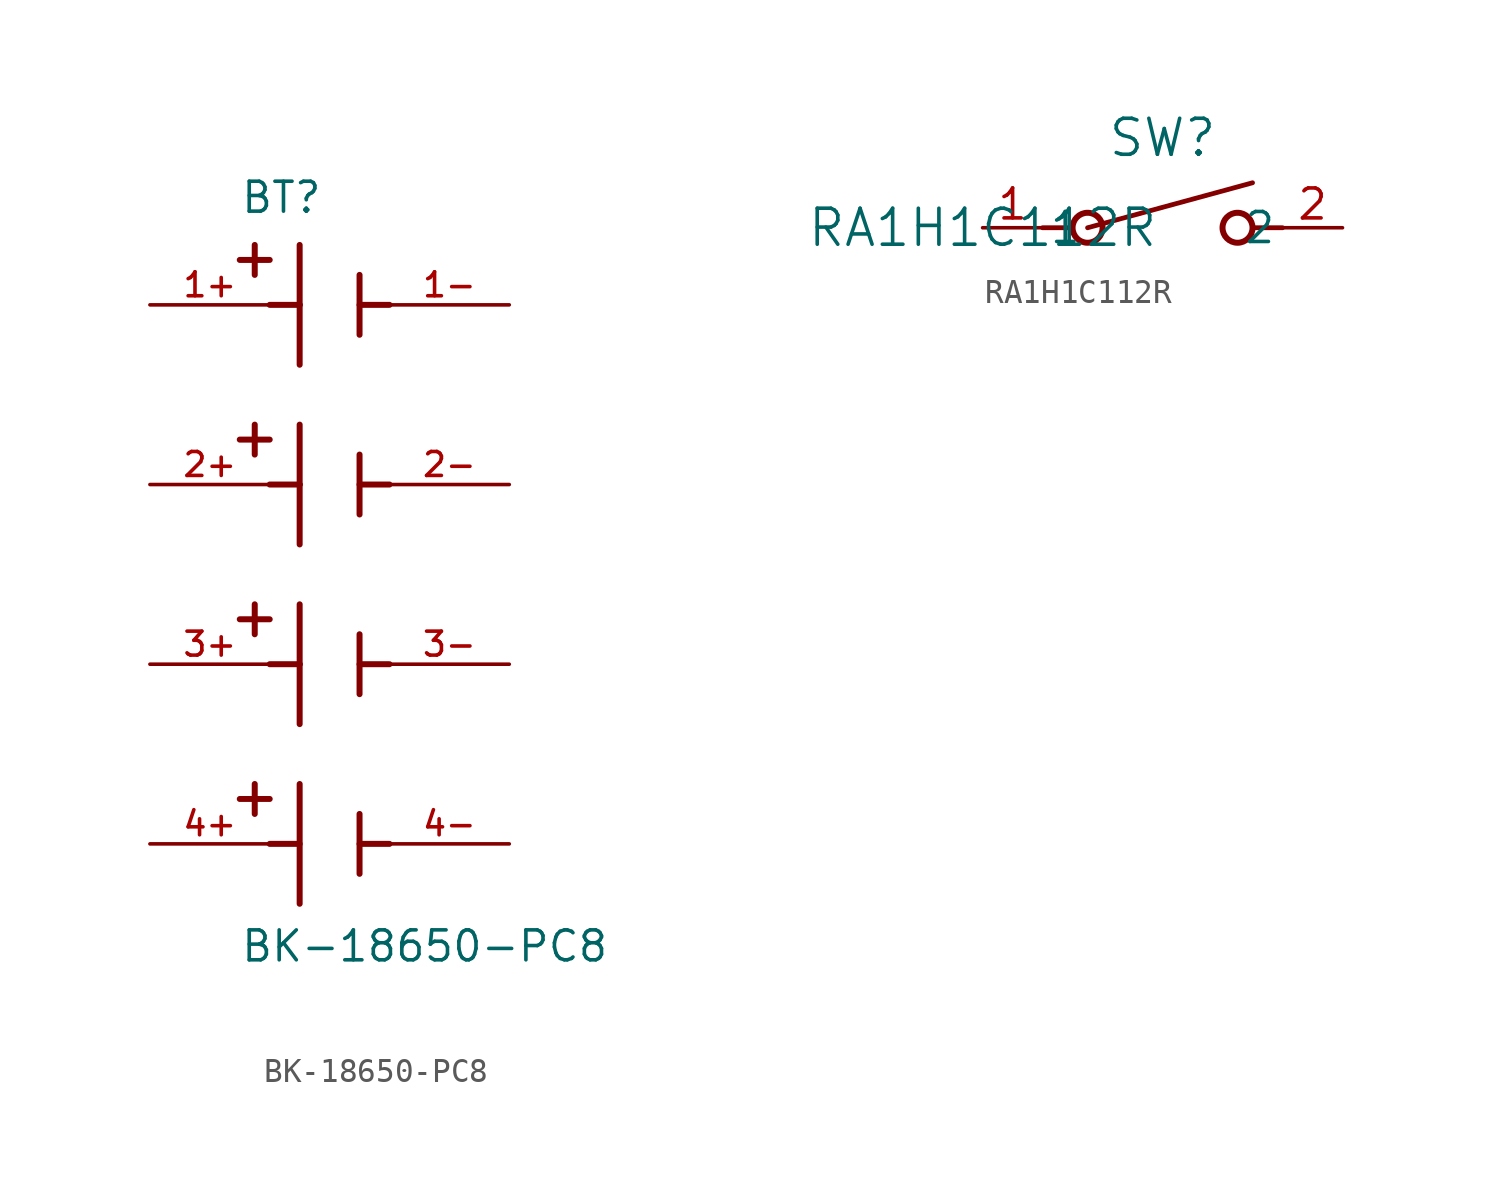
<source format=kicad_sym>
(kicad_symbol_lib
  (version 20241209)
  (generator "kicad_symbol_editor")
  (generator_version "9.0")
  (symbol "BK-18650-PC8"
    (pin_names
      (offset 1.016))
    (property "Reference" "BT"
      (at -3.81 13.97 0)
      (effects (font (size 1.27 1.27)) (justify left bottom)))
    (property "Value" "BK-18650-PC8"
      (at -3.81 -17.78 0)
      (effects (font (size 1.27 1.27)) (justify left bottom)))
    (symbol "BK-18650-PC8_0_0"
      (polyline (pts (xy -3.81 12.065) (xy -2.54 12.065)) (stroke (width 0.254) (type default)) (fill (type none)))
      (polyline (pts (xy -3.81 4.445) (xy -2.54 4.445)) (stroke (width 0.254) (type default)) (fill (type none)))
      (polyline (pts (xy -3.81 -3.175) (xy -2.54 -3.175)) (stroke (width 0.254) (type default)) (fill (type none)))
      (polyline (pts (xy -3.81 -10.795) (xy -2.54 -10.795)) (stroke (width 0.254) (type default)) (fill (type none)))
      (polyline (pts (xy -3.175 12.7) (xy -3.175 11.43)) (stroke (width 0.254) (type default)) (fill (type none)))
      (polyline (pts (xy -3.175 5.08) (xy -3.175 3.81)) (stroke (width 0.254) (type default)) (fill (type none)))
      (polyline (pts (xy -3.175 -2.54) (xy -3.175 -3.81)) (stroke (width 0.254) (type default)) (fill (type none)))
      (polyline (pts (xy -3.175 -10.16) (xy -3.175 -11.43)) (stroke (width 0.254) (type default)) (fill (type none)))
      (polyline (pts (xy -1.27 12.7) (xy -1.27 10.16)) (stroke (width 0.254) (type default)) (fill (type none)))
      (polyline (pts (xy -1.27 10.16) (xy -2.54 10.16)) (stroke (width 0.254) (type default)) (fill (type none)))
      (polyline (pts (xy -1.27 10.16) (xy -1.27 7.62)) (stroke (width 0.254) (type default)) (fill (type none)))
      (polyline (pts (xy -1.27 5.08) (xy -1.27 2.54)) (stroke (width 0.254) (type default)) (fill (type none)))
      (polyline (pts (xy -1.27 2.54) (xy -2.54 2.54)) (stroke (width 0.254) (type default)) (fill (type none)))
      (polyline (pts (xy -1.27 2.54) (xy -1.27 0)) (stroke (width 0.254) (type default)) (fill (type none)))
      (polyline (pts (xy -1.27 -2.54) (xy -1.27 -5.08)) (stroke (width 0.254) (type default)) (fill (type none)))
      (polyline (pts (xy -1.27 -5.08) (xy -2.54 -5.08)) (stroke (width 0.254) (type default)) (fill (type none)))
      (polyline (pts (xy -1.27 -5.08) (xy -1.27 -7.62)) (stroke (width 0.254) (type default)) (fill (type none)))
      (polyline (pts (xy -1.27 -10.16) (xy -1.27 -15.24)) (stroke (width 0.254) (type default)) (fill (type none)))
      (polyline (pts (xy -1.27 -12.7) (xy -2.54 -12.7)) (stroke (width 0.254) (type default)) (fill (type none)))
      (polyline (pts (xy 1.27 11.43) (xy 1.27 8.89)) (stroke (width 0.254) (type default)) (fill (type none)))
      (polyline (pts (xy 1.27 10.16) (xy 2.54 10.16)) (stroke (width 0.254) (type default)) (fill (type none)))
      (polyline (pts (xy 1.27 3.81) (xy 1.27 1.27)) (stroke (width 0.254) (type default)) (fill (type none)))
      (polyline (pts (xy 1.27 2.54) (xy 2.54 2.54)) (stroke (width 0.254) (type default)) (fill (type none)))
      (polyline (pts (xy 1.27 -3.81) (xy 1.27 -6.35)) (stroke (width 0.254) (type default)) (fill (type none)))
      (polyline (pts (xy 1.27 -5.08) (xy 2.54 -5.08)) (stroke (width 0.254) (type default)) (fill (type none)))
      (polyline (pts (xy 1.27 -11.43) (xy 1.27 -13.97)) (stroke (width 0.254) (type default)) (fill (type none)))
      (polyline (pts (xy 1.27 -12.7) (xy 2.54 -12.7)) (stroke (width 0.254) (type default)) (fill (type none)))
      (pin passive line (at -7.62 10.16 0) (length 5.08) (name "~" (effects (font (size 1.016 1.016)))) (number "1+" (effects (font (size 1.016 1.016)))))
      (pin passive line (at -7.62 2.54 0) (length 5.08) (name "~" (effects (font (size 1.016 1.016)))) (number "2+" (effects (font (size 1.016 1.016)))))
      (pin passive line (at -7.62 -5.08 0) (length 5.08) (name "~" (effects (font (size 1.016 1.016)))) (number "3+" (effects (font (size 1.016 1.016)))))
      (pin passive line (at -7.62 -12.7 0) (length 5.08) (name "~" (effects (font (size 1.016 1.016)))) (number "4+" (effects (font (size 1.016 1.016)))))
      (pin passive line (at 7.62 10.16 180) (length 5.08) (name "~" (effects (font (size 1.016 1.016)))) (number "1-" (effects (font (size 1.016 1.016)))))
      (pin passive line (at 7.62 2.54 180) (length 5.08) (name "~" (effects (font (size 1.016 1.016)))) (number "2-" (effects (font (size 1.016 1.016)))))
      (pin passive line (at 7.62 -5.08 180) (length 5.08) (name "~" (effects (font (size 1.016 1.016)))) (number "3-" (effects (font (size 1.016 1.016)))))
      (pin passive line (at 7.62 -12.7 180) (length 5.08) (name "~" (effects (font (size 1.016 1.016)))) (number "4-" (effects (font (size 1.016 1.016)))))))
  (symbol "RA1H1C112R"
    (pin_names
      (offset 0.254))
    (property "Reference" "SW"
      (at 7.62 3.81 0)
      (effects (font (size 1.524 1.524))))
    (property "Value" "RA1H1C112R"
      (at 0 0 0)
      (effects (font (size 1.524 1.524))))
    (property "ki_locked" ""
      (at 0 0 0)
      (effects (font (size 1.27 1.27))))
    (symbol "RA1H1C112R_0_1"
      (polyline (pts (xy 2.54 0) (xy 3.81 0)) (stroke (width 0.203) (type default)) (fill (type none)))
      (polyline (pts (xy 4.445 0) (xy 11.43 1.905)) (stroke (width 0.203) (type default)) (fill (type none)))
      (circle (center 4.445 0) (radius 0.635) (stroke (width 0.254) (type default)) (fill (type none)))
      (circle (center 10.795 0) (radius 0.635) (stroke (width 0.254) (type default)) (fill (type none)))
      (polyline (pts (xy 12.7 0) (xy 11.43 0)) (stroke (width 0.203) (type default)) (fill (type none)))
      (pin unspecified line (at 0 0 0) (length 2.54) (name "1" (effects (font (size 1.27 1.27)))) (number "1" (effects (font (size 1.27 1.27)))))
      (pin unspecified line (at 15.24 0 180) (length 2.54) (name "2" (effects (font (size 1.27 1.27)))) (number "2" (effects (font (size 1.27 1.27))))))))
</source>
